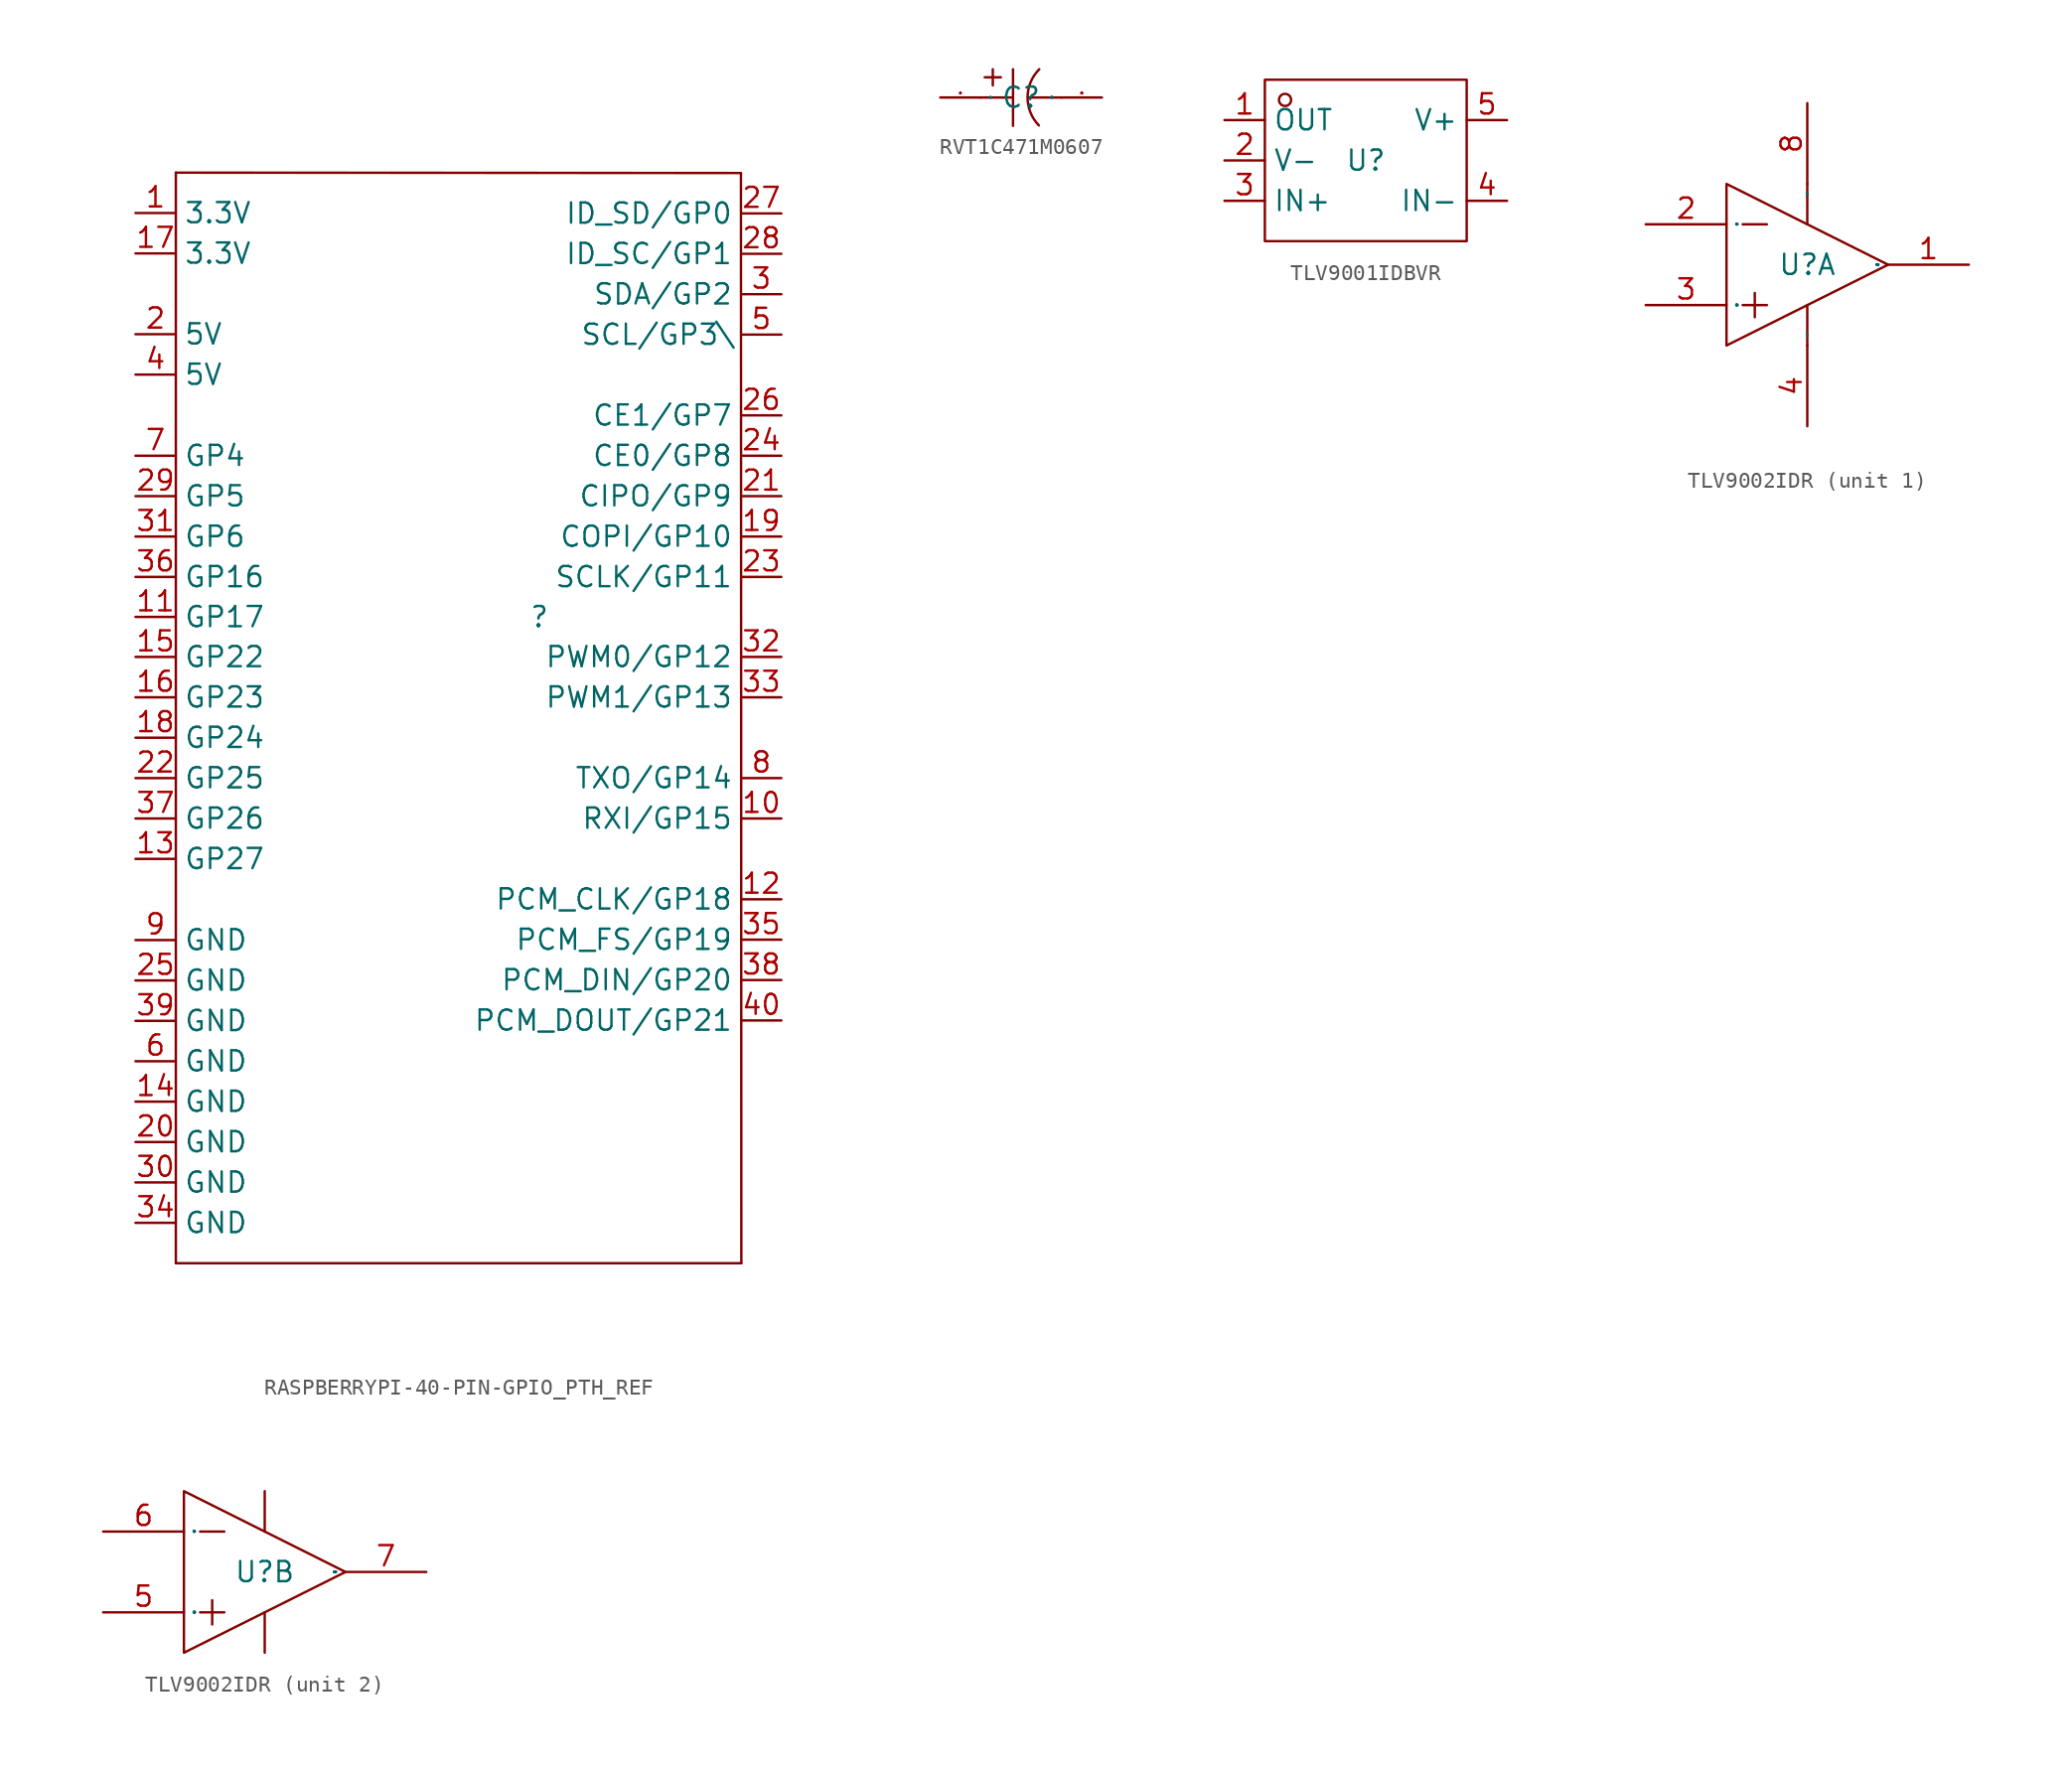
<source format=kicad_sym>
(kicad_symbol_lib
  (version 20241209)
  (generator "kicad_symbol_editor")
  (generator_version "9.0")
  (symbol "RASPBERRYPI-40-PIN-GPIO_PTH_REF"
    (property "Reference" ""
      (at 0 0 0)
      (effects (font (size 1.27 1.27))))
    (property "Value" ""
      (at 0 0 0)
      (effects (font (size 1.27 1.27))))
    (symbol "RASPBERRYPI-40-PIN-GPIO_PTH_REF_1_0"
      (polyline (pts (xy -22.86 27.94) (xy 12.675 27.915)) (stroke (width 0) (type default)) (fill (type none)))
      (polyline (pts (xy -22.86 -40.64) (xy -22.86 27.94)) (stroke (width 0) (type default)) (fill (type none)))
      (polyline (pts (xy 12.675 27.915) (xy 12.7 -40.64)) (stroke (width 0) (type default)) (fill (type none)))
      (polyline (pts (xy 12.7 -40.64) (xy -22.86 -40.64)) (stroke (width 0) (type default)) (fill (type none)))
      (pin input line (at -25.4 25.4 0) (length 2.515) (name "3.3V" (effects (font (size 1.27 1.27)))) (number "1" (effects (font (size 1.27 1.27)))))
      (pin input line (at -25.4 22.86 0) (length 2.515) (name "3.3V" (effects (font (size 1.27 1.27)))) (number "17" (effects (font (size 1.257 1.257)))))
      (pin input line (at -25.4 17.78 0) (length 2.515) (name "5V" (effects (font (size 1.27 1.27)))) (number "2" (effects (font (size 1.27 1.27)))))
      (pin input line (at -25.4 15.24 0) (length 2.515) (name "5V" (effects (font (size 1.27 1.27)))) (number "4" (effects (font (size 1.27 1.27)))))
      (pin input line (at -25.4 10.135 0) (length 2.515) (name "GP4" (effects (font (size 1.27 1.27)))) (number "7" (effects (font (size 1.27 1.27)))))
      (pin input line (at -25.4 7.595 0) (length 2.515) (name "GP5" (effects (font (size 1.27 1.27)))) (number "29" (effects (font (size 1.257 1.257)))))
      (pin input line (at -25.4 5.055 0) (length 2.515) (name "GP6" (effects (font (size 1.27 1.27)))) (number "31" (effects (font (size 1.257 1.257)))))
      (pin input line (at -25.4 2.515 0) (length 2.515) (name "GP16" (effects (font (size 1.27 1.27)))) (number "36" (effects (font (size 1.257 1.257)))))
      (pin input line (at -25.4 0 0) (length 2.515) (name "GP17" (effects (font (size 1.27 1.27)))) (number "11" (effects (font (size 1.257 1.257)))))
      (pin input line (at -25.4 -2.515 0) (length 2.515) (name "GP22" (effects (font (size 1.27 1.27)))) (number "15" (effects (font (size 1.257 1.257)))))
      (pin input line (at -25.4 -5.055 0) (length 2.515) (name "GP23" (effects (font (size 1.27 1.27)))) (number "16" (effects (font (size 1.257 1.257)))))
      (pin input line (at -25.4 -7.595 0) (length 2.515) (name "GP24" (effects (font (size 1.27 1.27)))) (number "18" (effects (font (size 1.257 1.257)))))
      (pin input line (at -25.4 -10.135 0) (length 2.515) (name "GP25" (effects (font (size 1.27 1.27)))) (number "22" (effects (font (size 1.257 1.257)))))
      (pin input line (at -25.4 -12.675 0) (length 2.515) (name "GP26" (effects (font (size 1.27 1.27)))) (number "37" (effects (font (size 1.257 1.257)))))
      (pin input line (at -25.4 -15.215 0) (length 2.515) (name "GP27" (effects (font (size 1.27 1.27)))) (number "13" (effects (font (size 1.257 1.257)))))
      (pin input line (at -25.4 -20.32 0) (length 2.515) (name "GND" (effects (font (size 1.27 1.27)))) (number "9" (effects (font (size 1.27 1.27)))))
      (pin input line (at -25.4 -22.86 0) (length 2.515) (name "GND" (effects (font (size 1.27 1.27)))) (number "25" (effects (font (size 1.257 1.257)))))
      (pin input line (at -25.4 -25.4 0) (length 2.515) (name "GND" (effects (font (size 1.27 1.27)))) (number "39" (effects (font (size 1.257 1.257)))))
      (pin input line (at -25.4 -27.94 0) (length 2.515) (name "GND" (effects (font (size 1.27 1.27)))) (number "6" (effects (font (size 1.27 1.27)))))
      (pin input line (at -25.4 -30.48 0) (length 2.515) (name "GND" (effects (font (size 1.27 1.27)))) (number "14" (effects (font (size 1.257 1.257)))))
      (pin input line (at -25.4 -33.02 0) (length 2.515) (name "GND" (effects (font (size 1.27 1.27)))) (number "20" (effects (font (size 1.257 1.257)))))
      (pin input line (at -25.4 -35.56 0) (length 2.515) (name "GND" (effects (font (size 1.27 1.27)))) (number "30" (effects (font (size 1.257 1.257)))))
      (pin input line (at -25.4 -38.1 0) (length 2.515) (name "GND" (effects (font (size 1.27 1.27)))) (number "34" (effects (font (size 1.257 1.257)))))
      (pin input line (at 15.215 25.375 180) (length 2.515) (name "ID_SD/GP0" (effects (font (size 1.27 1.27)))) (number "27" (effects (font (size 1.257 1.257)))))
      (pin input line (at 15.215 22.835 180) (length 2.515) (name "ID_SC/GP1" (effects (font (size 1.27 1.27)))) (number "28" (effects (font (size 1.257 1.257)))))
      (pin input line (at 15.215 20.295 180) (length 2.515) (name "SDA/GP2" (effects (font (size 1.27 1.27)))) (number "3" (effects (font (size 1.27 1.27)))))
      (pin input line (at 15.215 17.755 180) (length 2.515) (name "SCL/GP3\\" (effects (font (size 1.27 1.27)))) (number "5" (effects (font (size 1.27 1.27)))))
      (pin output line (at 15.215 12.675 180) (length 2.515) (name "CE1/GP7" (effects (font (size 1.27 1.27)))) (number "26" (effects (font (size 1.257 1.257)))))
      (pin output line (at 15.215 10.135 180) (length 2.515) (name "CE0/GP8" (effects (font (size 1.27 1.27)))) (number "24" (effects (font (size 1.257 1.257)))))
      (pin input line (at 15.215 7.595 180) (length 2.515) (name "CIPO/GP9" (effects (font (size 1.27 1.27)))) (number "21" (effects (font (size 1.257 1.257)))))
      (pin output line (at 15.215 5.055 180) (length 2.515) (name "COPI/GP10" (effects (font (size 1.27 1.27)))) (number "19" (effects (font (size 1.257 1.257)))))
      (pin output line (at 15.215 2.515 180) (length 2.515) (name "SCLK/GP11" (effects (font (size 1.27 1.27)))) (number "23" (effects (font (size 1.257 1.257)))))
      (pin input line (at 15.215 -2.515 180) (length 2.515) (name "PWM0/GP12" (effects (font (size 1.27 1.27)))) (number "32" (effects (font (size 1.257 1.257)))))
      (pin input line (at 15.215 -5.055 180) (length 2.515) (name "PWM1/GP13" (effects (font (size 1.27 1.27)))) (number "33" (effects (font (size 1.257 1.257)))))
      (pin output line (at 15.215 -10.135 180) (length 2.515) (name "TXO/GP14" (effects (font (size 1.27 1.27)))) (number "8" (effects (font (size 1.27 1.27)))))
      (pin input line (at 15.215 -12.675 180) (length 2.515) (name "RXI/GP15" (effects (font (size 1.27 1.27)))) (number "10" (effects (font (size 1.257 1.257)))))
      (pin input line (at 15.215 -17.755 180) (length 2.515) (name "PCM_CLK/GP18" (effects (font (size 1.27 1.27)))) (number "12" (effects (font (size 1.257 1.257)))))
      (pin input line (at 15.215 -20.295 180) (length 2.515) (name "PCM_FS/GP19" (effects (font (size 1.27 1.27)))) (number "35" (effects (font (size 1.257 1.257)))))
      (pin input line (at 15.215 -22.835 180) (length 2.515) (name "PCM_DIN/GP20" (effects (font (size 1.27 1.27)))) (number "38" (effects (font (size 1.257 1.257)))))
      (pin input line (at 15.215 -25.375 180) (length 2.515) (name "PCM_DOUT/GP21" (effects (font (size 1.27 1.27)))) (number "40" (effects (font (size 1.257 1.257)))))))
  (symbol "RVT1C471M0607"
    (property "Reference" "C"
      (at 0 0 0)
      (effects (font (size 1.27 1.27))))
    (symbol "RVT1C471M0607_1_0"
      (polyline (pts (xy -2.54 0) (xy -0.508 0)) (stroke (width 0) (type default)) (fill (type none)))
      (polyline (pts (xy -2.286 1.27) (xy -1.27 1.27)) (stroke (width 0) (type default)) (fill (type none)))
      (polyline (pts (xy -1.778 1.778) (xy -1.778 0.762)) (stroke (width 0) (type default)) (fill (type none)))
      (polyline (pts (xy -0.508 1.778) (xy -0.508 -1.778)) (stroke (width 0) (type default)) (fill (type none)))
      (polyline (pts (xy 0.508 0) (xy 2.54 0)) (stroke (width 0) (type default)) (fill (type none)))
      (arc (start 1.1176 -1.7526) (mid 0.4064 0) (end 1.143 1.778) (stroke (width 0) (type default)) (fill (type none)))
      (pin input line (at -5.08 0 0) (length 2.54) (name "1" (effects (font (size 0.025 0.025)))) (number "1" (effects (font (size 0.025 0.025)))))
      (pin input line (at 5.08 0 180) (length 2.54) (name "2" (effects (font (size 0.025 0.025)))) (number "2" (effects (font (size 0.025 0.025)))))))
  (symbol "TLV9001IDBVR"
    (property "Reference" "U"
      (at 0 0 0)
      (effects (font (size 1.27 1.27))))
    (property "Value" ""
      (at 0 0 0)
      (effects (font (size 1.27 1.27))))
    (symbol "TLV9001IDBVR_1_0"
      (rectangle (start -6.35 -5.08) (end 6.35 5.08) (stroke (width 0) (type default)) (fill (type none)))
      (circle (center -5.08 3.81) (radius 0.381) (stroke (width 0) (type default)) (fill (type none)))
      (pin unspecified line (at -8.89 2.54 0) (length 2.54) (name "OUT" (effects (font (size 1.27 1.27)))) (number "1" (effects (font (size 1.27 1.27)))))
      (pin unspecified line (at -8.89 0 0) (length 2.54) (name "V-" (effects (font (size 1.27 1.27)))) (number "2" (effects (font (size 1.27 1.27)))))
      (pin unspecified line (at -8.89 -2.54 0) (length 2.54) (name "IN+" (effects (font (size 1.27 1.27)))) (number "3" (effects (font (size 1.27 1.27)))))
      (pin unspecified line (at 8.89 2.54 180) (length 2.54) (name "V+" (effects (font (size 1.27 1.27)))) (number "5" (effects (font (size 1.27 1.27)))))
      (pin unspecified line (at 8.89 -2.54 180) (length 2.54) (name "IN-" (effects (font (size 1.27 1.27)))) (number "4" (effects (font (size 1.27 1.27)))))))
  (symbol "TLV9002IDR"
    (property "Reference" "U"
      (at 0 0 0)
      (effects (font (size 1.27 1.27))))
    (property "Value" ""
      (at 0 0 0)
      (effects (font (size 1.27 1.27))))
    (symbol "TLV9002IDR_1_0"
      (polyline (pts (xy -5.08 -5.08) (xy 5.08 0) (xy 5.08 0) (xy -5.08 5.08) (xy -5.08 5.08) (xy -5.08 -5.08)) (stroke (width 0) (type default)) (fill (type none)))
      (polyline (pts (xy -4.064 2.54) (xy -2.54 2.54)) (stroke (width 0) (type default)) (fill (type none)))
      (polyline (pts (xy -4.064 -2.54) (xy -2.54 -2.54)) (stroke (width 0) (type default)) (fill (type none)))
      (polyline (pts (xy -3.302 -1.778) (xy -3.302 -3.302)) (stroke (width 0) (type default)) (fill (type none)))
      (polyline (pts (xy 0 5.08) (xy 0 2.54)) (stroke (width 0) (type default)) (fill (type none)))
      (polyline (pts (xy 0 -2.54) (xy 0 -5.08)) (stroke (width 0) (type default)) (fill (type none)))
      (pin unspecified line (at -10.16 2.54 0) (length 5.08) (name "IN1-" (effects (font (size 0.025 0.025)))) (number "2" (effects (font (size 1.27 1.27)))))
      (pin unspecified line (at -10.16 -2.54 0) (length 5.08) (name "IN1+" (effects (font (size 0.025 0.025)))) (number "3" (effects (font (size 1.27 1.27)))))
      (pin unspecified line (at 0 10.16 270) (length 5.08) (name "V+" (effects (font (size 0.025 0.025)))) (number "8" (effects (font (size 1.27 1.27)))))
      (pin unspecified line (at 0 -10.16 90) (length 5.08) (name "V-" (effects (font (size 0.025 0.025)))) (number "4" (effects (font (size 1.27 1.27)))))
      (pin output line (at 10.16 0 180) (length 5.08) (name "OUT1" (effects (font (size 0.025 0.025)))) (number "1" (effects (font (size 1.27 1.27))))))
    (symbol "TLV9002IDR_2_0"
      (polyline (pts (xy -5.08 -5.08) (xy 5.08 0) (xy 5.08 0) (xy -5.08 5.08) (xy -5.08 5.08) (xy -5.08 -5.08)) (stroke (width 0) (type default)) (fill (type none)))
      (polyline (pts (xy -4.064 2.54) (xy -2.54 2.54)) (stroke (width 0) (type default)) (fill (type none)))
      (polyline (pts (xy -4.064 -2.54) (xy -2.54 -2.54)) (stroke (width 0) (type default)) (fill (type none)))
      (polyline (pts (xy -3.302 -1.778) (xy -3.302 -3.302)) (stroke (width 0) (type default)) (fill (type none)))
      (polyline (pts (xy 0 5.08) (xy 0 2.54)) (stroke (width 0) (type default)) (fill (type none)))
      (polyline (pts (xy 0 -2.54) (xy 0 -5.08)) (stroke (width 0) (type default)) (fill (type none)))
      (pin unspecified line (at -10.16 2.54 0) (length 5.08) (name "IN2-" (effects (font (size 0.025 0.025)))) (number "6" (effects (font (size 1.27 1.27)))))
      (pin unspecified line (at -10.16 -2.54 0) (length 5.08) (name "IN2+" (effects (font (size 0.025 0.025)))) (number "5" (effects (font (size 1.27 1.27)))))
      (pin output line (at 10.16 0 180) (length 5.08) (name "OUT2" (effects (font (size 0.025 0.025)))) (number "7" (effects (font (size 1.27 1.27))))))))
</source>
